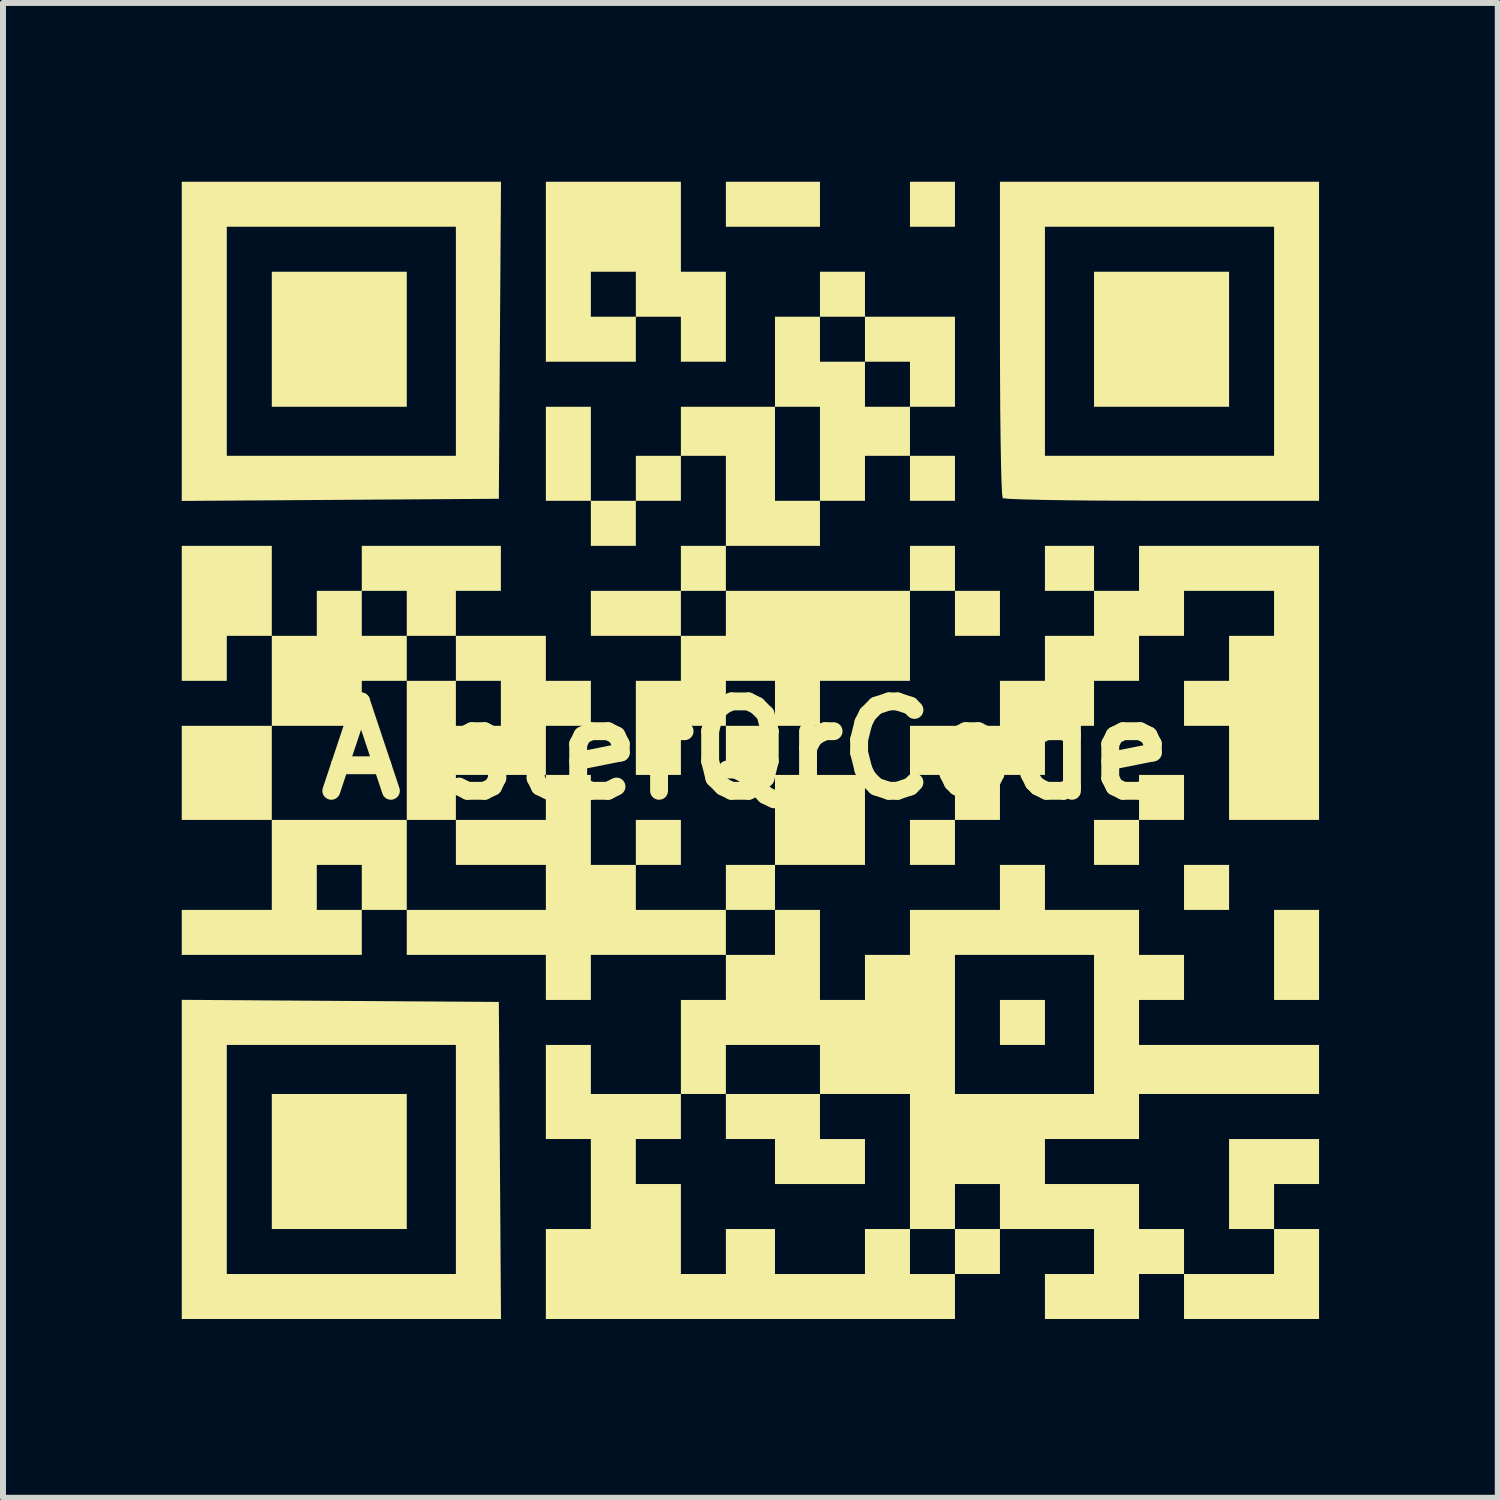
<source format=kicad_pcb>
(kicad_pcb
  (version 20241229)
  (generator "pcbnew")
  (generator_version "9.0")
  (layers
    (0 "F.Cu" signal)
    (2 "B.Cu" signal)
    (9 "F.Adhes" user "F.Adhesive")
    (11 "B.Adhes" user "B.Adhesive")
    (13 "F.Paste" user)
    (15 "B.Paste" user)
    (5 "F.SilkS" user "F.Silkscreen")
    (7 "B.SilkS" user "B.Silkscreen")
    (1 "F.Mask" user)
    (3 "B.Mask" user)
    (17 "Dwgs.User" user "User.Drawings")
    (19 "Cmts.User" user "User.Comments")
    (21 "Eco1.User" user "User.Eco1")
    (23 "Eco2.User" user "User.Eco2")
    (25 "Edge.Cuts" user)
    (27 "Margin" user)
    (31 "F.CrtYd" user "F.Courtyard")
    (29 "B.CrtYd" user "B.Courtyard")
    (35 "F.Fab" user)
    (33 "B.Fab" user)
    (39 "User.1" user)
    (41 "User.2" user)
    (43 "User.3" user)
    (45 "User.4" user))
  (footprint "AislerQrCode"
    (layer "F.Cu")
    (at 9.474 9.542)
    (property "Reference" "AislerQrCode" (at 0 0 0) (layer "F.SilkS") (effects (font (size 1.5 1.5) (thickness 0.3))))
    (attr board_only exclude_from_pos_files exclude_from_bom)
    (fp_poly (pts (xy -5.698 -6.899) (xy -5.698 -5.766) (xy -6.831 -5.766) (xy -7.963 -5.766) (xy -7.963 -6.899) (xy -7.963 -8.032) (xy -6.831 -8.032) (xy -5.698 -8.032)) (stroke (width 0) (type solid)) (fill yes) (layer "F.SilkS"))
    (fp_poly (pts (xy -5.698 6.899) (xy -5.698 8.032) (xy -6.831 8.032) (xy -7.963 8.032) (xy -7.963 6.899) (xy -7.963 5.766) (xy -6.831 5.766) (xy -5.698 5.766)) (stroke (width 0) (type solid)) (fill yes) (layer "F.SilkS"))
    (fp_poly (pts (xy 1.236 -9.165) (xy 1.236 -8.787) (xy 0.446 -8.787) (xy -0.343 -8.787) (xy -0.343 -9.165) (xy -0.343 -9.542) (xy 0.446 -9.542) (xy 1.236 -9.542)) (stroke (width 0) (type solid)) (fill yes) (layer "F.SilkS"))
    (fp_poly (pts (xy 3.501 -9.165) (xy 3.501 -8.787) (xy 3.124 -8.787) (xy 2.746 -8.787) (xy 2.746 -9.165) (xy 2.746 -9.542) (xy 3.124 -9.542) (xy 3.501 -9.542)) (stroke (width 0) (type solid)) (fill yes) (layer "F.SilkS"))
    (fp_poly (pts (xy 3.501 -4.565) (xy 3.501 -4.188) (xy 3.124 -4.188) (xy 2.746 -4.188) (xy 2.746 -4.565) (xy 2.746 -4.943) (xy 3.124 -4.943) (xy 3.501 -4.943)) (stroke (width 0) (type solid)) (fill yes) (layer "F.SilkS"))
    (fp_poly (pts (xy 4.256 -2.3) (xy 4.256 -1.922) (xy 3.879 -1.922) (xy 3.501 -1.922) (xy 3.501 -2.3) (xy 3.501 -2.677) (xy 3.879 -2.677) (xy 4.256 -2.677)) (stroke (width 0) (type solid)) (fill yes) (layer "F.SilkS"))
    (fp_poly (pts (xy 5.011 4.565) (xy 5.011 4.943) (xy 4.634 4.943) (xy 4.256 4.943) (xy 4.256 4.565) (xy 4.256 4.188) (xy 4.634 4.188) (xy 5.011 4.188)) (stroke (width 0) (type solid)) (fill yes) (layer "F.SilkS"))
    (fp_poly (pts (xy 8.101 -6.899) (xy 8.101 -5.766) (xy 6.968 -5.766) (xy 5.835 -5.766) (xy 5.835 -6.899) (xy 5.835 -8.032) (xy 6.968 -8.032) (xy 8.101 -8.032)) (stroke (width 0) (type solid)) (fill yes) (layer "F.SilkS"))
    (fp_poly (pts (xy 8.101 2.3) (xy 8.101 2.677) (xy 7.723 2.677) (xy 7.345 2.677) (xy 7.345 2.3) (xy 7.345 1.922) (xy 7.723 1.922) (xy 8.101 1.922)) (stroke (width 0) (type solid)) (fill yes) (layer "F.SilkS"))
    (fp_poly (pts (xy 9.611 3.432) (xy 9.611 4.188) (xy 9.233 4.188) (xy 8.856 4.188) (xy 8.856 3.432) (xy 8.856 2.677) (xy 9.233 2.677) (xy 9.611 2.677)) (stroke (width 0) (type solid)) (fill yes) (layer "F.SilkS"))
    (fp_poly (pts (xy 9.611 6.899) (xy 9.611 7.277) (xy 9.233 7.277) (xy 8.856 7.277) (xy 8.856 7.654) (xy 8.856 8.032) (xy 8.478 8.032) (xy 8.101 8.032) (xy 8.101 7.277) (xy 8.101 6.522) (xy 8.856 6.522) (xy 9.611 6.522)) (stroke (width 0) (type solid)) (fill yes) (layer "F.SilkS"))
    (fp_poly (pts (xy 1.236 6.144) (xy 1.236 6.522) (xy 1.613 6.522) (xy 1.991 6.522) (xy 1.991 6.899) (xy 1.991 7.277) (xy 1.236 7.277) (xy 0.481 7.277) (xy 0.481 6.899) (xy 0.481 6.522) (xy 0.069 6.522) (xy -0.343 6.522) (xy -0.343 6.144) (xy -0.343 5.766) (xy 0.446 5.766) (xy 1.236 5.766)) (stroke (width 0) (type solid)) (fill yes) (layer "F.SilkS"))
    (fp_poly (pts (xy 7.345 0.789) (xy 7.345 1.167) (xy 6.968 1.167) (xy 6.59 1.167) (xy 6.59 1.545) (xy 6.59 1.922) (xy 6.213 1.922) (xy 5.835 1.922) (xy 5.835 1.545) (xy 5.835 1.167) (xy 6.213 1.167) (xy 6.59 1.167) (xy 6.59 0.789) (xy 6.59 0.412) (xy 6.968 0.412) (xy 7.345 0.412)) (stroke (width 0) (type solid)) (fill yes) (layer "F.SilkS"))
    (fp_poly (pts (xy -6.813 4.204) (xy -4.153 4.222) (xy -4.135 6.882) (xy -4.117 9.542) (xy -6.795 9.542) (xy -9.474 9.542) (xy -9.474 6.864) (xy -9.474 4.943) (xy -8.718 4.943) (xy -8.718 6.865) (xy -8.718 8.787) (xy -6.796 8.787) (xy -4.874 8.787) (xy -4.874 6.865) (xy -4.874 4.943) (xy -6.796 4.943) (xy -8.718 4.943) (xy -9.474 4.943) (xy -9.474 4.186)) (stroke (width 0) (type solid)) (fill yes) (layer "F.SilkS"))
    (fp_poly (pts (xy -4.135 -6.882) (xy -4.153 -4.222) (xy -6.813 -4.204) (xy -9.474 -4.186) (xy -9.474 -6.864) (xy -9.474 -8.787) (xy -8.718 -8.787) (xy -8.718 -6.865) (xy -8.718 -4.943) (xy -6.796 -4.943) (xy -4.874 -4.943) (xy -4.874 -6.865) (xy -4.874 -8.787) (xy -6.796 -8.787) (xy -8.718 -8.787) (xy -9.474 -8.787) (xy -9.474 -9.542) (xy -6.795 -9.542) (xy -4.117 -9.542)) (stroke (width 0) (type solid)) (fill yes) (layer "F.SilkS"))
    (fp_poly (pts (xy -1.098 -8.787) (xy -1.098 -8.032) (xy -0.721 -8.032) (xy -0.343 -8.032) (xy -0.343 -7.277) (xy -0.343 -6.522) (xy -0.721 -6.522) (xy -1.098 -6.522) (xy -1.098 -6.899) (xy -1.098 -7.277) (xy -1.476 -7.277) (xy -1.854 -7.277) (xy -1.854 -6.899) (xy -1.854 -6.522) (xy -2.609 -6.522) (xy -3.364 -6.522) (xy -3.364 -8.032) (xy -2.609 -8.032) (xy -2.609 -7.654) (xy -2.609 -7.277) (xy -2.231 -7.277) (xy -1.854 -7.277) (xy -1.854 -7.654) (xy -1.854 -8.032) (xy -2.231 -8.032) (xy -2.609 -8.032) (xy -3.364 -8.032) (xy -3.364 -9.542) (xy -2.231 -9.542) (xy -1.098 -9.542)) (stroke (width 0) (type solid)) (fill yes) (layer "F.SilkS"))
    (fp_poly (pts (xy -3.364 -1.545) (xy -3.364 -1.167) (xy -2.986 -1.167) (xy -2.609 -1.167) (xy -2.609 -0.789) (xy -2.609 -0.412) (xy -2.986 -0.412) (xy -3.364 -0.412) (xy -3.364 0) (xy -3.364 0.412) (xy -4.119 0.412) (xy -4.874 0.412) (xy -4.874 0.789) (xy -4.874 1.167) (xy -5.286 1.167) (xy -5.698 1.167) (xy -5.698 0) (xy -5.698 -1.167) (xy -5.286 -1.167) (xy -4.874 -1.167) (xy -4.874 -0.789) (xy -4.874 -0.412) (xy -4.496 -0.412) (xy -4.119 -0.412) (xy -4.119 -0.789) (xy -4.119 -1.167) (xy -4.496 -1.167) (xy -4.874 -1.167) (xy -4.874 -1.545) (xy -4.874 -1.922) (xy -4.119 -1.922) (xy -3.364 -1.922)) (stroke (width 0) (type solid)) (fill yes) (layer "F.SilkS"))
    (fp_poly (pts (xy 9.611 -6.865) (xy 9.611 -4.188) (xy 6.979 -4.188) (xy 6.391 -4.189) (xy 5.846 -4.192) (xy 5.36 -4.197) (xy 4.948 -4.204) (xy 4.625 -4.212) (xy 4.406 -4.221) (xy 4.306 -4.231) (xy 4.302 -4.233) (xy 4.292 -4.31) (xy 4.282 -4.509) (xy 4.274 -4.814) (xy 4.267 -5.212) (xy 4.261 -5.686) (xy 4.258 -6.221) (xy 4.256 -6.802) (xy 4.256 -6.911) (xy 4.256 -8.787) (xy 5.011 -8.787) (xy 5.011 -6.865) (xy 5.011 -4.943) (xy 6.934 -4.943) (xy 8.856 -4.943) (xy 8.856 -6.865) (xy 8.856 -8.787) (xy 6.934 -8.787) (xy 5.011 -8.787) (xy 4.256 -8.787) (xy 4.256 -9.542) (xy 6.934 -9.542) (xy 9.611 -9.542)) (stroke (width 0) (type solid)) (fill yes) (layer "F.SilkS"))
    (fp_poly (pts (xy -7.963 -2.677) (xy -7.963 -1.922) (xy -7.586 -1.922) (xy -7.208 -1.922) (xy -7.208 -2.3) (xy -7.208 -2.677) (xy -6.831 -2.677) (xy -6.453 -2.677) (xy -6.453 -2.3) (xy -6.453 -1.922) (xy -6.075 -1.922) (xy -5.698 -1.922) (xy -5.698 -2.3) (xy -5.698 -2.677) (xy -6.075 -2.677) (xy -6.453 -2.677) (xy -6.453 -3.055) (xy -6.453 -3.432) (xy -5.286 -3.432) (xy -4.119 -3.432) (xy -4.119 -3.055) (xy -4.119 -2.677) (xy -4.496 -2.677) (xy -4.874 -2.677) (xy -4.874 -2.3) (xy -4.874 -1.922) (xy -5.286 -1.922) (xy -5.698 -1.922) (xy -5.698 -1.545) (xy -5.698 -1.167) (xy -6.075 -1.167) (xy -6.453 -1.167) (xy -6.453 -0.789) (xy -6.453 -0.412) (xy -7.208 -0.412) (xy -7.963 -0.412) (xy -7.963 0.378) (xy -7.963 1.167) (xy -8.718 1.167) (xy -9.474 1.167) (xy -9.474 0.378) (xy -9.474 -0.412) (xy -8.718 -0.412) (xy -7.963 -0.412) (xy -7.963 -1.167) (xy -7.963 -1.922) (xy -8.341 -1.922) (xy -8.718 -1.922) (xy -8.718 -1.545) (xy -8.718 -1.167) (xy -9.096 -1.167) (xy -9.474 -1.167) (xy -9.474 -2.3) (xy -9.474 -3.432) (xy -8.718 -3.432) (xy -7.963 -3.432)) (stroke (width 0) (type solid)) (fill yes) (layer "F.SilkS"))
    (fp_poly (pts (xy 5.835 -3.055) (xy 5.835 -2.677) (xy 6.213 -2.677) (xy 6.59 -2.677) (xy 6.59 -3.055) (xy 6.59 -3.432) (xy 8.101 -3.432) (xy 9.611 -3.432) (xy 9.611 -1.133) (xy 9.611 1.167) (xy 8.856 1.167) (xy 8.101 1.167) (xy 8.101 0.378) (xy 8.101 -0.412) (xy 7.723 -0.412) (xy 7.345 -0.412) (xy 7.345 -0.789) (xy 7.345 -1.167) (xy 7.723 -1.167) (xy 8.101 -1.167) (xy 8.101 -1.545) (xy 8.101 -1.922) (xy 8.478 -1.922) (xy 8.856 -1.922) (xy 8.856 -2.3) (xy 8.856 -2.677) (xy 8.101 -2.677) (xy 7.345 -2.677) (xy 7.345 -2.3) (xy 7.345 -1.922) (xy 6.968 -1.922) (xy 6.59 -1.922) (xy 6.59 -1.545) (xy 6.59 -1.167) (xy 6.213 -1.167) (xy 5.835 -1.167) (xy 5.835 -0.789) (xy 5.835 -0.412) (xy 5.423 -0.412) (xy 5.011 -0.412) (xy 5.011 0) (xy 5.011 0.412) (xy 4.634 0.412) (xy 4.256 0.412) (xy 4.256 0.789) (xy 4.256 1.167) (xy 3.879 1.167) (xy 3.501 1.167) (xy 3.501 1.545) (xy 3.501 1.922) (xy 3.124 1.922) (xy 2.746 1.922) (xy 2.746 1.545) (xy 2.746 1.167) (xy 3.124 1.167) (xy 3.501 1.167) (xy 3.501 0.789) (xy 3.501 0.412) (xy 3.124 0.412) (xy 2.746 0.412) (xy 2.746 0) (xy 2.746 -0.412) (xy 3.501 -0.412) (xy 4.256 -0.412) (xy 4.256 -0.789) (xy 4.256 -1.167) (xy 4.634 -1.167) (xy 5.011 -1.167) (xy 5.011 -1.545) (xy 5.011 -1.922) (xy 5.423 -1.922) (xy 5.835 -1.922) (xy 5.835 -2.3) (xy 5.835 -2.677) (xy 5.423 -2.677) (xy 5.011 -2.677) (xy 5.011 -3.055) (xy 5.011 -3.432) (xy 5.423 -3.432) (xy 5.835 -3.432)) (stroke (width 0) (type solid)) (fill yes) (layer "F.SilkS"))
    (fp_poly (pts (xy 1.991 -7.654) (xy 1.991 -7.277) (xy 1.613 -7.277) (xy 1.236 -7.277) (xy 1.236 -6.899) (xy 1.236 -6.522) (xy 1.613 -6.522) (xy 1.991 -6.522) (xy 1.991 -6.144) (xy 1.991 -5.766) (xy 2.368 -5.766) (xy 2.746 -5.766) (xy 2.746 -6.144) (xy 2.746 -6.522) (xy 2.368 -6.522) (xy 1.991 -6.522) (xy 1.991 -6.899) (xy 1.991 -7.277) (xy 2.746 -7.277) (xy 3.501 -7.277) (xy 3.501 -6.522) (xy 3.501 -5.766) (xy 3.124 -5.766) (xy 2.746 -5.766) (xy 2.746 -5.355) (xy 2.746 -4.943) (xy 2.368 -4.943) (xy 1.991 -4.943) (xy 1.991 -4.565) (xy 1.991 -4.188) (xy 1.613 -4.188) (xy 1.236 -4.188) (xy 1.236 -3.81) (xy 1.236 -3.432) (xy 0.446 -3.432) (xy -0.343 -3.432) (xy -0.343 -3.055) (xy -0.343 -2.677) (xy 1.201 -2.677) (xy 2.746 -2.677) (xy 2.746 -3.055) (xy 2.746 -3.432) (xy 3.124 -3.432) (xy 3.501 -3.432) (xy 3.501 -3.055) (xy 3.501 -2.677) (xy 3.124 -2.677) (xy 2.746 -2.677) (xy 2.746 -1.922) (xy 2.746 -1.167) (xy 1.991 -1.167) (xy 1.236 -1.167) (xy 1.236 -0.789) (xy 1.236 -0.412) (xy 0.858 -0.412) (xy 0.481 -0.412) (xy 0.481 0) (xy 0.481 0.412) (xy 0.069 0.412) (xy -0.343 0.412) (xy -0.343 0) (xy -0.343 -0.412) (xy -0.721 -0.412) (xy -1.098 -0.412) (xy -1.098 0) (xy -1.098 0.412) (xy -1.476 0.412) (xy -1.854 0.412) (xy -1.854 -0.378) (xy -1.854 -1.167) (xy -1.476 -1.167) (xy -1.098 -1.167) (xy -0.343 -1.167) (xy -0.343 -0.789) (xy -0.343 -0.412) (xy 0.069 -0.412) (xy 0.481 -0.412) (xy 0.481 -0.789) (xy 0.481 -1.167) (xy 0.069 -1.167) (xy -0.343 -1.167) (xy -1.098 -1.167) (xy -1.098 -1.545) (xy -1.098 -1.922) (xy -1.854 -1.922) (xy -2.609 -1.922) (xy -2.609 -2.3) (xy -2.609 -2.677) (xy -1.854 -2.677) (xy -1.098 -2.677) (xy -1.098 -2.3) (xy -1.098 -1.922) (xy -0.721 -1.922) (xy -0.343 -1.922) (xy -0.343 -2.3) (xy -0.343 -2.677) (xy -0.721 -2.677) (xy -1.098 -2.677) (xy -1.098 -3.055) (xy -1.098 -3.432) (xy -0.721 -3.432) (xy -0.343 -3.432) (xy -0.343 -4.188) (xy -0.343 -4.943) (xy -0.721 -4.943) (xy -1.098 -4.943) (xy -1.098 -4.565) (xy -1.098 -4.188) (xy -1.476 -4.188) (xy -1.854 -4.188) (xy -1.854 -3.81) (xy -1.854 -3.432) (xy -2.231 -3.432) (xy -2.609 -3.432) (xy -2.609 -3.81) (xy -2.609 -4.188) (xy -2.986 -4.188) (xy -3.364 -4.188) (xy -3.364 -4.977) (xy -3.364 -5.766) (xy -2.986 -5.766) (xy -2.609 -5.766) (xy -2.609 -4.977) (xy -2.609 -4.188) (xy -2.231 -4.188) (xy -1.854 -4.188) (xy -1.854 -4.565) (xy -1.854 -4.943) (xy -1.476 -4.943) (xy -1.098 -4.943) (xy -1.098 -5.355) (xy -1.098 -5.766) (xy -0.309 -5.766) (xy 0.481 -5.766) (xy 0.481 -4.977) (xy 0.481 -4.188) (xy 0.858 -4.188) (xy 1.236 -4.188) (xy 1.236 -4.977) (xy 1.236 -5.766) (xy 0.858 -5.766) (xy 0.481 -5.766) (xy 0.481 -6.522) (xy 0.481 -7.277) (xy 0.858 -7.277) (xy 1.236 -7.277) (xy 1.236 -7.654) (xy 1.236 -8.032) (xy 1.613 -8.032) (xy 1.991 -8.032)) (stroke (width 0) (type solid)) (fill yes) (layer "F.SilkS"))
    (fp_poly (pts (xy -2.609 1.167) (xy -2.609 1.922) (xy -2.231 1.922) (xy -1.854 1.922) (xy -1.854 1.545) (xy -1.854 1.167) (xy -1.476 1.167) (xy -1.098 1.167) (xy -1.098 1.545) (xy -1.098 1.922) (xy -1.476 1.922) (xy -1.854 1.922) (xy -1.854 2.3) (xy -1.854 2.677) (xy -1.098 2.677) (xy -0.343 2.677) (xy -0.343 2.3) (xy -0.343 1.922) (xy 0.069 1.922) (xy 0.481 1.922) (xy 0.481 1.167) (xy 0.481 0.412) (xy 1.236 0.412) (xy 1.991 0.412) (xy 1.991 1.167) (xy 1.991 1.922) (xy 1.236 1.922) (xy 0.481 1.922) (xy 0.481 2.3) (xy 0.481 2.677) (xy 0.069 2.677) (xy -0.343 2.677) (xy -0.343 3.055) (xy -0.343 3.432) (xy 0.069 3.432) (xy 0.481 3.432) (xy 0.481 3.055) (xy 0.481 2.677) (xy 0.858 2.677) (xy 1.236 2.677) (xy 1.236 3.432) (xy 1.236 4.188) (xy 1.613 4.188) (xy 1.991 4.188) (xy 1.991 3.81) (xy 1.991 3.432) (xy 2.368 3.432) (xy 2.746 3.432) (xy 3.501 3.432) (xy 3.501 4.599) (xy 3.501 5.766) (xy 4.668 5.766) (xy 5.835 5.766) (xy 5.835 4.599) (xy 5.835 3.432) (xy 4.668 3.432) (xy 3.501 3.432) (xy 2.746 3.432) (xy 2.746 3.055) (xy 2.746 2.677) (xy 3.501 2.677) (xy 4.256 2.677) (xy 4.256 2.3) (xy 4.256 1.922) (xy 4.634 1.922) (xy 5.011 1.922) (xy 5.011 2.3) (xy 5.011 2.677) (xy 5.801 2.677) (xy 6.59 2.677) (xy 6.59 3.055) (xy 6.59 3.432) (xy 6.968 3.432) (xy 7.345 3.432) (xy 7.345 3.81) (xy 7.345 4.188) (xy 6.968 4.188) (xy 6.59 4.188) (xy 6.59 4.565) (xy 6.59 4.943) (xy 8.101 4.943) (xy 9.611 4.943) (xy 9.611 5.355) (xy 9.611 5.766) (xy 8.101 5.766) (xy 6.59 5.766) (xy 6.59 6.144) (xy 6.59 6.522) (xy 5.801 6.522) (xy 5.011 6.522) (xy 5.011 6.899) (xy 5.011 7.277) (xy 5.801 7.277) (xy 6.59 7.277) (xy 6.59 7.654) (xy 6.59 8.032) (xy 6.968 8.032) (xy 7.345 8.032) (xy 7.345 8.409) (xy 7.345 8.787) (xy 8.101 8.787) (xy 8.856 8.787) (xy 8.856 8.409) (xy 8.856 8.032) (xy 9.233 8.032) (xy 9.611 8.032) (xy 9.611 8.787) (xy 9.611 9.542) (xy 8.478 9.542) (xy 7.345 9.542) (xy 7.345 9.165) (xy 7.345 8.787) (xy 6.968 8.787) (xy 6.59 8.787) (xy 6.59 9.165) (xy 6.59 9.542) (xy 5.801 9.542) (xy 5.011 9.542) (xy 5.011 9.165) (xy 5.011 8.787) (xy 5.423 8.787) (xy 5.835 8.787) (xy 5.835 8.409) (xy 5.835 8.032) (xy 5.046 8.032) (xy 4.256 8.032) (xy 4.256 8.409) (xy 4.256 8.787) (xy 3.879 8.787) (xy 3.501 8.787) (xy 3.501 9.165) (xy 3.501 9.542) (xy 0.069 9.542) (xy -3.364 9.542) (xy -3.364 8.787) (xy -3.364 8.032) (xy -2.986 8.032) (xy -2.609 8.032) (xy -2.609 7.277) (xy -1.854 7.277) (xy -1.476 7.277) (xy -1.098 7.277) (xy -1.098 8.032) (xy -1.098 8.787) (xy -0.721 8.787) (xy -0.343 8.787) (xy -0.343 8.409) (xy -0.343 8.032) (xy 0.069 8.032) (xy 0.481 8.032) (xy 0.481 8.409) (xy 0.481 8.787) (xy 1.236 8.787) (xy 1.991 8.787) (xy 1.991 8.409) (xy 1.991 8.032) (xy 2.368 8.032) (xy 2.746 8.032) (xy 2.746 8.409) (xy 2.746 8.787) (xy 3.124 8.787) (xy 3.501 8.787) (xy 3.501 8.409) (xy 3.501 8.032) (xy 3.879 8.032) (xy 4.256 8.032) (xy 4.256 7.654) (xy 4.256 7.277) (xy 3.879 7.277) (xy 3.501 7.277) (xy 3.501 7.654) (xy 3.501 8.032) (xy 3.124 8.032) (xy 2.746 8.032) (xy 2.746 6.899) (xy 2.746 5.766) (xy 1.991 5.766) (xy 1.236 5.766) (xy 1.236 5.355) (xy 1.236 4.943) (xy 0.446 4.943) (xy -0.343 4.943) (xy -0.343 5.355) (xy -0.343 5.766) (xy -0.721 5.766) (xy -1.098 5.766) (xy -1.098 6.144) (xy -1.098 6.522) (xy -1.476 6.522) (xy -1.854 6.522) (xy -1.854 6.899) (xy -1.854 7.277) (xy -2.609 7.277) (xy -2.609 6.522) (xy -2.986 6.522) (xy -3.364 6.522) (xy -3.364 5.732) (xy -3.364 4.943) (xy -2.986 4.943) (xy -2.609 4.943) (xy -2.609 5.355) (xy -2.609 5.766) (xy -1.854 5.766) (xy -1.098 5.766) (xy -1.098 4.977) (xy -1.098 4.188) (xy -0.721 4.188) (xy -0.343 4.188) (xy -0.343 3.81) (xy -0.343 3.432) (xy -1.476 3.432) (xy -2.609 3.432) (xy -2.609 3.81) (xy -2.609 4.188) (xy -2.986 4.188) (xy -3.364 4.188) (xy -3.364 3.81) (xy -3.364 3.432) (xy -4.531 3.432) (xy -5.698 3.432) (xy -5.698 3.055) (xy -5.698 2.677) (xy -6.075 2.677) (xy -6.453 2.677) (xy -6.453 3.055) (xy -6.453 3.432) (xy -7.963 3.432) (xy -9.474 3.432) (xy -9.474 3.055) (xy -9.474 2.677) (xy -8.718 2.677) (xy -7.963 2.677) (xy -7.963 1.922) (xy -7.208 1.922) (xy -7.208 2.3) (xy -7.208 2.677) (xy -6.831 2.677) (xy -6.453 2.677) (xy -6.453 2.3) (xy -6.453 1.922) (xy -6.831 1.922) (xy -7.208 1.922) (xy -7.963 1.922) (xy -7.963 1.167) (xy -6.831 1.167) (xy -5.698 1.167) (xy -5.698 1.922) (xy -5.698 2.677) (xy -4.531 2.677) (xy -3.364 2.677) (xy -3.364 2.3) (xy -3.364 1.922) (xy -4.119 1.922) (xy -4.874 1.922) (xy -4.874 1.545) (xy -4.874 1.167) (xy -4.119 1.167) (xy -3.364 1.167) (xy -3.364 0.789) (xy -3.364 0.412) (xy -2.986 0.412) (xy -2.609 0.412)) (stroke (width 0) (type solid)) (fill yes) (layer "F.SilkS")))
  (gr_rect
    (start -3 -3)
    (end 22.084 22.084)
    (stroke (width 0.1) (type default))
    (fill no)
    (layer "Edge.Cuts")))
</source>
